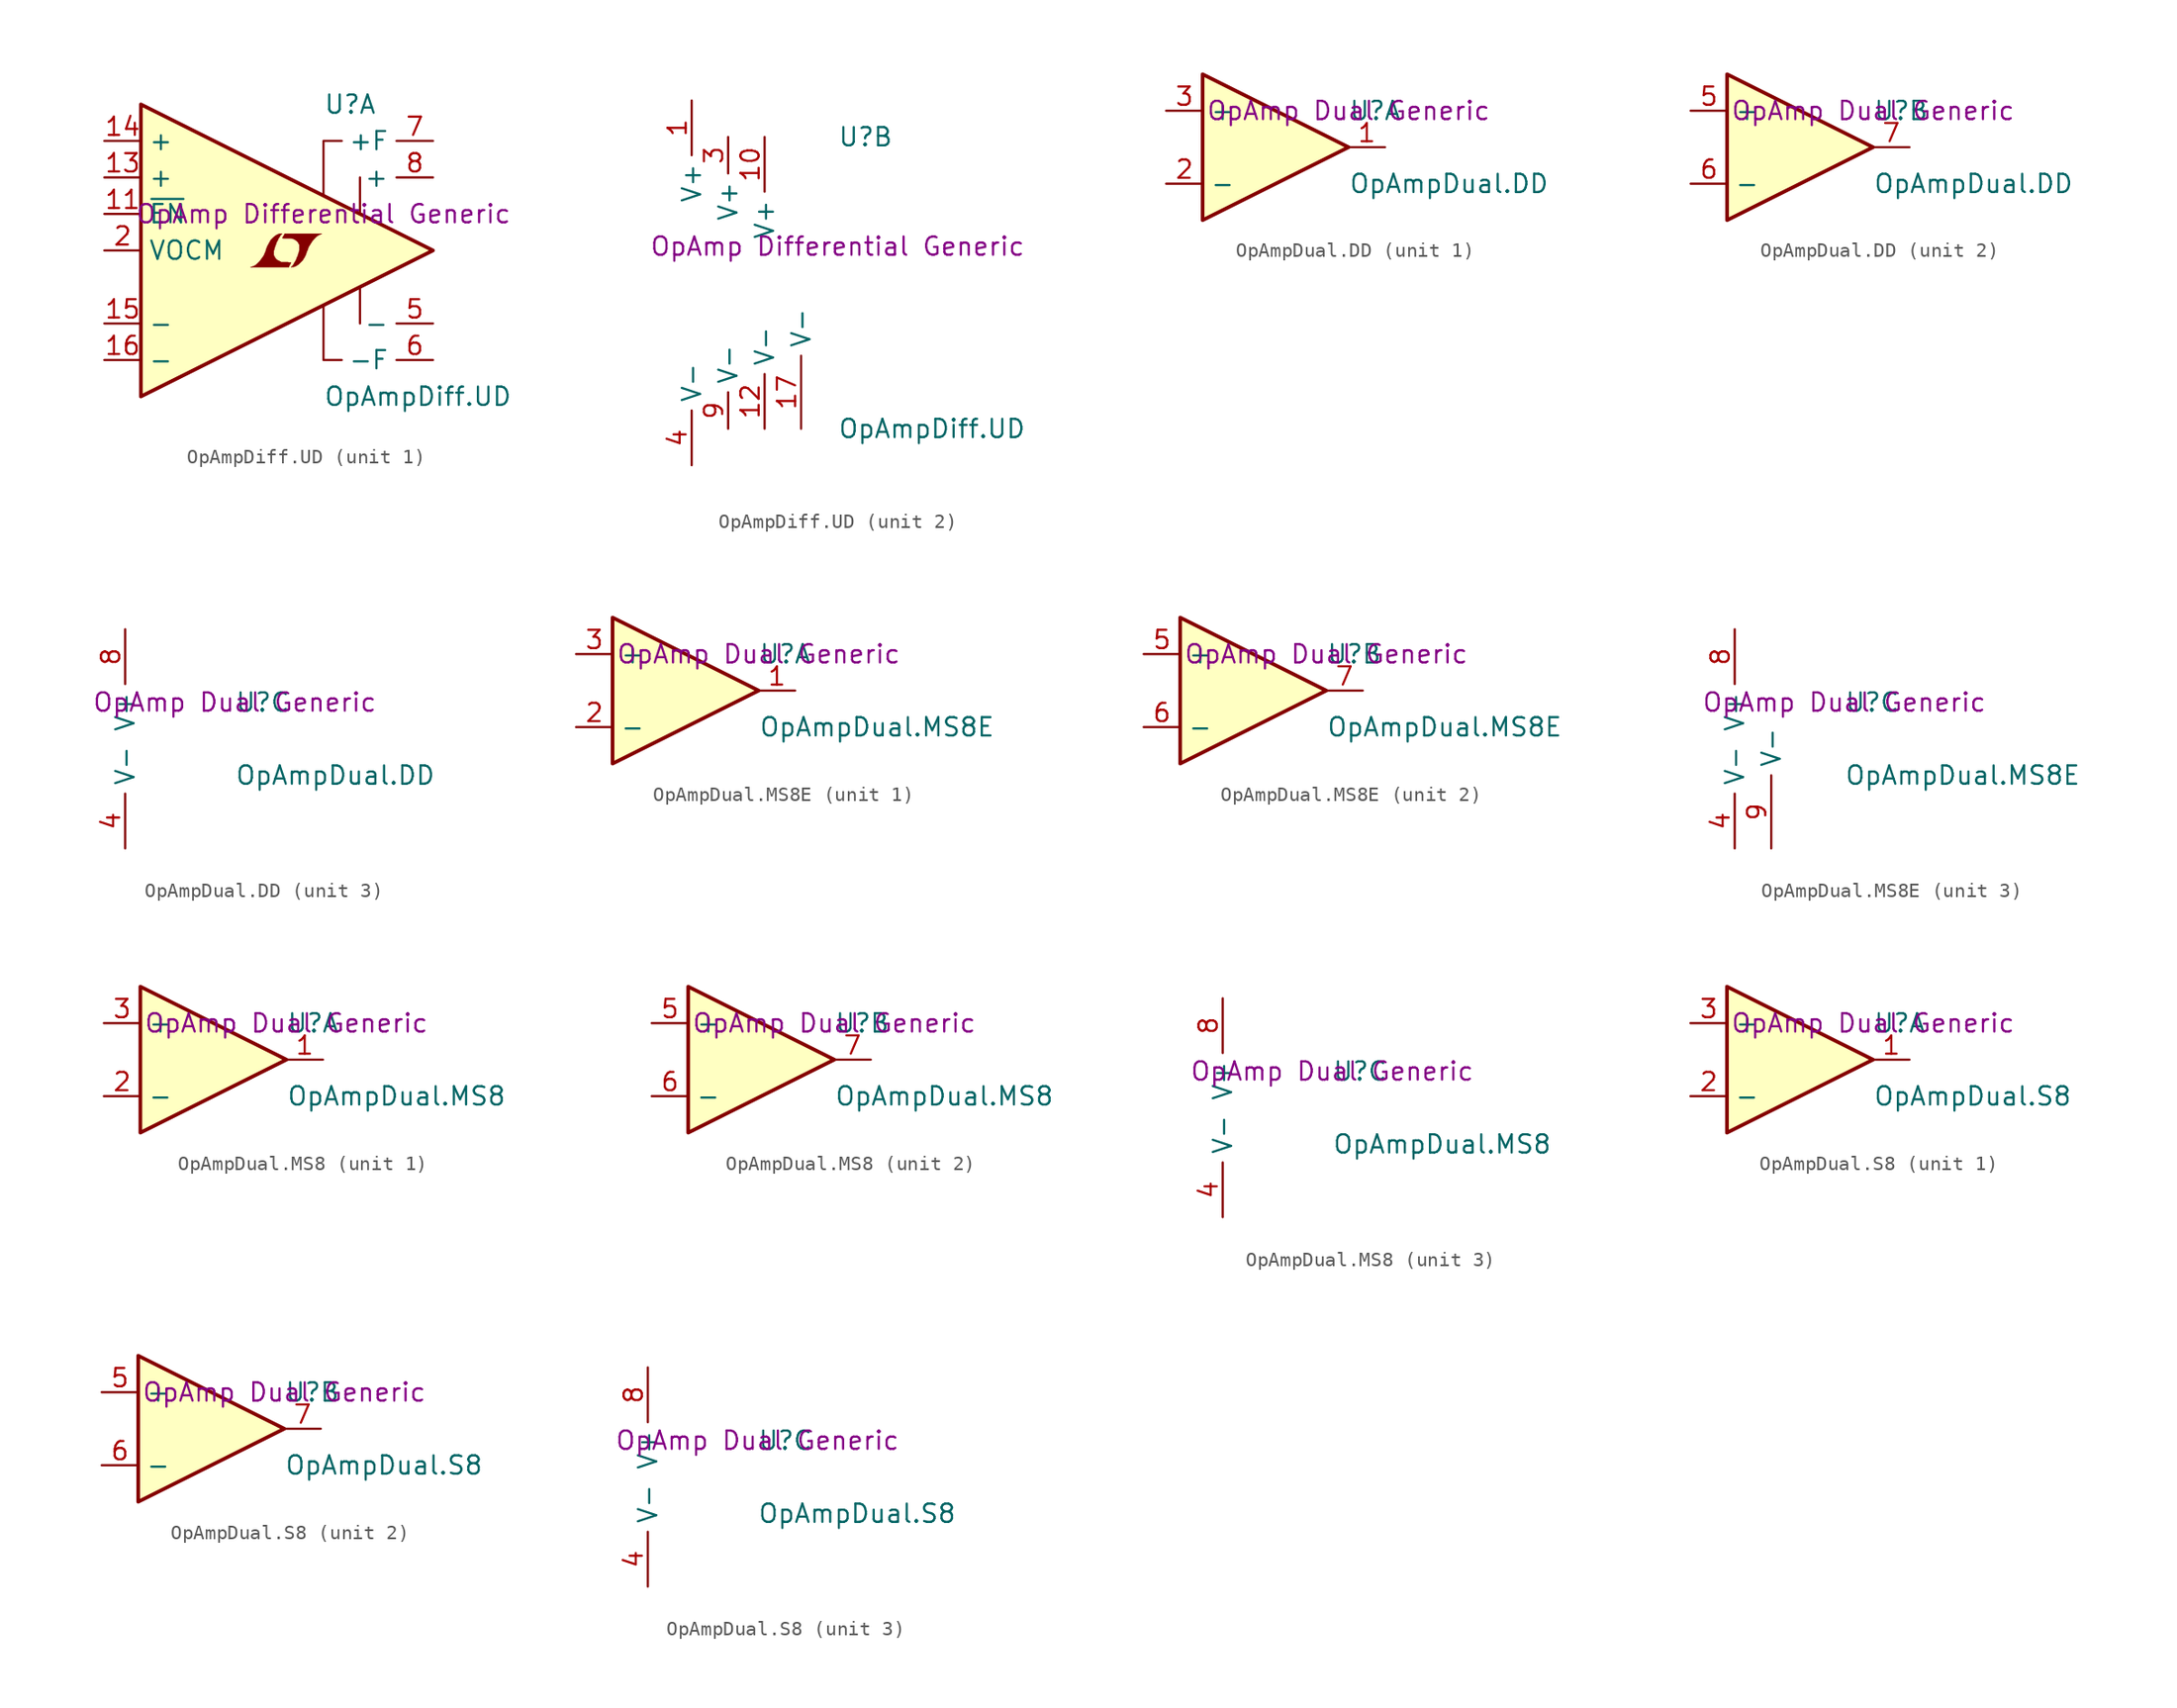
<source format=kicad_sym>
(kicad_symbol_lib
  (version 20201005)
  (generator kicad_symbol_editor)
  (symbol "OpAmpDiff.UD"
    (property "Reference" "U"
      (at 5.08 10.16 0)
      (effects (font (size 1.27 1.27)) (justify left)))
    (property "Value" "OpAmpDiff.UD"
      (at 5.08 -10.16 0)
      (effects (font (size 1.27 1.27)) (justify left)))
    (property "Datasheet" "OpAmp Differential Generic"
      (at 5.08 2.54 0)
      (effects (font (size 1.27 1.27))))
    (property "ki_locked" ""
      (at 0 0 0)
      (effects (font (size 1.27 1.27))))
    (symbol "OpAmpDiff.UD_1_0"
      (polyline (pts (xy 2.743 -0.991) (xy 2.769 -0.965) (xy 2.819 -0.864) (xy 2.819 -0.838) (xy 2.692 -0.838) (xy 2.591 -0.813) (xy 2.134 -0.813) (xy 2.108 -0.787) (xy 1.854 -0.66) (xy 1.753 -0.559) (xy 1.676 -0.432) (xy 1.626 -0.33) (xy 1.626 -0.025) (xy 1.676 0.127) (xy 1.702 0.229) (xy 1.727 0.305) (xy 1.778 0.432) (xy 1.829 0.584) (xy 1.905 0.711) (xy 1.956 0.838) (xy 2.032 0.94) (xy 2.083 1.041) (xy 2.21 1.168) (xy 2.032 1.168) (xy 1.905 1.118) (xy 1.803 1.067) (xy 1.727 1.016) (xy 1.6 0.914) (xy 1.422 0.737) (xy 1.168 0.279) (xy 1.067 0) (xy 1.067 -0.051) (xy 1.016 -0.152) (xy 0.965 -0.279) (xy 0.914 -0.381) (xy 0.787 -0.559) (xy 0.635 -0.762) (xy 0.483 -0.914) (xy 0.33 -1.041) (xy 0.152 -1.118) (xy 0 -1.168) (xy 2.667 -1.168) (xy 2.743 -0.991)) (stroke (width 0.025)) (fill (type outline)))
      (polyline (pts (xy 2.946 -1.143) (xy 3.023 -1.143) (xy 3.2 -1.067) (xy 3.353 -0.965) (xy 3.632 -0.686) (xy 3.759 -0.483) (xy 3.861 -0.279) (xy 3.937 -0.025) (xy 3.962 -0.025) (xy 4.039 0.229) (xy 4.293 0.635) (xy 4.445 0.813) (xy 4.597 0.965) (xy 4.75 1.067) (xy 4.928 1.143) (xy 4.953 1.143) (xy 4.953 1.168) (xy 2.388 1.168) (xy 2.311 1.016) (xy 2.286 0.991) (xy 2.235 0.889) (xy 2.21 0.864) (xy 2.261 0.864) (xy 2.311 0.838) (xy 2.845 0.838) (xy 2.896 0.813) (xy 2.946 0.813) (xy 3.023 0.787) (xy 3.15 0.711) (xy 3.277 0.61) (xy 3.353 0.483) (xy 3.378 0.432) (xy 3.404 0.406) (xy 3.404 0) (xy 3.378 -0.051) (xy 3.378 -0.127) (xy 3.327 -0.229) (xy 3.302 -0.356) (xy 3.226 -0.508) (xy 3.175 -0.66) (xy 3.023 -0.914) (xy 2.972 -1.016) (xy 2.819 -1.168) (xy 2.946 -1.143)) (stroke (width 0.025)) (fill (type outline))))
    (symbol "OpAmpDiff.UD_1_1"
      (polyline (pts (xy 7.62 -2.54) (xy 7.62 -5.08)) (stroke (width 0)) (fill (type none)))
      (polyline (pts (xy 7.62 5.08) (xy 7.62 2.54)) (stroke (width 0)) (fill (type none)))
      (polyline (pts (xy 5.08 -3.81) (xy 5.08 -7.62) (xy 6.35 -7.62)) (stroke (width 0)) (fill (type none)))
      (polyline (pts (xy 5.08 3.81) (xy 5.08 7.62) (xy 6.35 7.62)) (stroke (width 0)) (fill (type none)))
      (polyline (pts (xy 12.7 0) (xy -7.62 10.16) (xy -7.62 -10.16) (xy 12.7 0)) (stroke (width 0.254)) (fill (type background)))
      (pin passive line (at -10.16 0 0) (length 2.54) (name "VOCM" (effects (font (size 1.27 1.27)))) (number "2" (effects (font (size 1.27 1.27)))))
      (pin output line (at 12.7 -5.08 180) (length 2.54) (name "-" (effects (font (size 1.27 1.27)))) (number "5" (effects (font (size 1.27 1.27)))))
      (pin output line (at 12.7 -7.62 180) (length 2.54) (name "-F" (effects (font (size 1.27 1.27)))) (number "6" (effects (font (size 1.27 1.27)))))
      (pin output line (at 12.7 7.62 180) (length 2.54) (name "+F" (effects (font (size 1.27 1.27)))) (number "7" (effects (font (size 1.27 1.27)))))
      (pin output line (at 12.7 5.08 180) (length 2.54) (name "+" (effects (font (size 1.27 1.27)))) (number "8" (effects (font (size 1.27 1.27)))))
      (pin input line (at -10.16 2.54 0) (length 2.54) (name "~EN~" (effects (font (size 1.27 1.27)))) (number "11" (effects (font (size 1.27 1.27)))))
      (pin input line (at -10.16 5.08 0) (length 2.54) (name "+" (effects (font (size 1.27 1.27)))) (number "13" (effects (font (size 1.27 1.27)))))
      (pin input line (at -10.16 7.62 0) (length 2.54) (name "+" (effects (font (size 1.27 1.27)))) (number "14" (effects (font (size 1.27 1.27)))))
      (pin input line (at -10.16 -5.08 0) (length 2.54) (name "-" (effects (font (size 1.27 1.27)))) (number "15" (effects (font (size 1.27 1.27)))))
      (pin input line (at -10.16 -7.62 0) (length 2.54) (name "-" (effects (font (size 1.27 1.27)))) (number "16" (effects (font (size 1.27 1.27))))))
    (symbol "OpAmpDiff.UD_2_1"
      (pin power_in line (at -5.08 12.7 270) (length 3.81) (name "V+" (effects (font (size 1.27 1.27)))) (number "1" (effects (font (size 1.27 1.27)))))
      (pin power_in line (at -2.54 10.16 270) (length 2.54) (name "V+" (effects (font (size 1.27 1.27)))) (number "3" (effects (font (size 1.27 1.27)))))
      (pin power_in line (at -5.08 -12.7 90) (length 3.81) (name "V-" (effects (font (size 1.27 1.27)))) (number "4" (effects (font (size 1.27 1.27)))))
      (pin power_in line (at -2.54 -10.16 90) (length 2.54) (name "V-" (effects (font (size 1.27 1.27)))) (number "9" (effects (font (size 1.27 1.27)))))
      (pin power_in line (at 0 10.16 270) (length 3.81) (name "V+" (effects (font (size 1.27 1.27)))) (number "10" (effects (font (size 1.27 1.27)))))
      (pin power_in line (at 0 -10.16 90) (length 3.81) (name "V-" (effects (font (size 1.27 1.27)))) (number "12" (effects (font (size 1.27 1.27)))))
      (pin power_in line (at 2.54 -10.16 90) (length 5.08) (name "V-" (effects (font (size 1.27 1.27)))) (number "17" (effects (font (size 1.27 1.27)))))))
  (symbol "OpAmpDual.DD"
    (property "Reference" "U"
      (at 5.08 2.54 0)
      (effects (font (size 1.27 1.27)) (justify left)))
    (property "Value" "OpAmpDual.DD"
      (at 5.08 -2.54 0)
      (effects (font (size 1.27 1.27)) (justify left)))
    (property "Datasheet" "OpAmp Dual Generic"
      (at 5.08 2.54 0)
      (effects (font (size 1.27 1.27))))
    (property "ki_locked" ""
      (at 0 0 0)
      (effects (font (size 1.27 1.27))))
    (symbol "OpAmpDual.DD_1_1"
      (polyline (pts (xy 5.08 0) (xy -5.08 5.08) (xy -5.08 -5.08) (xy 5.08 0)) (stroke (width 0.254)) (fill (type background)))
      (pin output line (at 7.62 0 180) (length 2.54) (name "~" (effects (font (size 1.27 1.27)))) (number "1" (effects (font (size 1.27 1.27)))))
      (pin input line (at -7.62 -2.54 0) (length 2.54) (name "-" (effects (font (size 1.27 1.27)))) (number "2" (effects (font (size 1.27 1.27)))))
      (pin input line (at -7.62 2.54 0) (length 2.54) (name "+" (effects (font (size 1.27 1.27)))) (number "3" (effects (font (size 1.27 1.27))))))
    (symbol "OpAmpDual.DD_2_1"
      (polyline (pts (xy 5.08 0) (xy -5.08 5.08) (xy -5.08 -5.08) (xy 5.08 0)) (stroke (width 0.254)) (fill (type background)))
      (pin input line (at -7.62 2.54 0) (length 2.54) (name "+" (effects (font (size 1.27 1.27)))) (number "5" (effects (font (size 1.27 1.27)))))
      (pin input line (at -7.62 -2.54 0) (length 2.54) (name "-" (effects (font (size 1.27 1.27)))) (number "6" (effects (font (size 1.27 1.27)))))
      (pin output line (at 7.62 0 180) (length 2.54) (name "~" (effects (font (size 1.27 1.27)))) (number "7" (effects (font (size 1.27 1.27))))))
    (symbol "OpAmpDual.DD_3_1"
      (pin power_in line (at -2.54 -7.62 90) (length 3.81) (name "V-" (effects (font (size 1.27 1.27)))) (number "4" (effects (font (size 1.27 1.27)))))
      (pin power_in line (at -2.54 7.62 270) (length 3.81) (name "V+" (effects (font (size 1.27 1.27)))) (number "8" (effects (font (size 1.27 1.27)))))))
  (symbol "OpAmpDual.MS8E"
    (property "Reference" "U"
      (at 5.08 2.54 0)
      (effects (font (size 1.27 1.27)) (justify left)))
    (property "Value" "OpAmpDual.MS8E"
      (at 5.08 -2.54 0)
      (effects (font (size 1.27 1.27)) (justify left)))
    (property "Datasheet" "OpAmp Dual Generic"
      (at 5.08 2.54 0)
      (effects (font (size 1.27 1.27))))
    (property "ki_locked" ""
      (at 0 0 0)
      (effects (font (size 1.27 1.27))))
    (symbol "OpAmpDual.MS8E_1_1"
      (polyline (pts (xy 5.08 0) (xy -5.08 5.08) (xy -5.08 -5.08) (xy 5.08 0)) (stroke (width 0.254)) (fill (type background)))
      (pin output line (at 7.62 0 180) (length 2.54) (name "~" (effects (font (size 1.27 1.27)))) (number "1" (effects (font (size 1.27 1.27)))))
      (pin input line (at -7.62 -2.54 0) (length 2.54) (name "-" (effects (font (size 1.27 1.27)))) (number "2" (effects (font (size 1.27 1.27)))))
      (pin input line (at -7.62 2.54 0) (length 2.54) (name "+" (effects (font (size 1.27 1.27)))) (number "3" (effects (font (size 1.27 1.27))))))
    (symbol "OpAmpDual.MS8E_2_1"
      (polyline (pts (xy 5.08 0) (xy -5.08 5.08) (xy -5.08 -5.08) (xy 5.08 0)) (stroke (width 0.254)) (fill (type background)))
      (pin input line (at -7.62 2.54 0) (length 2.54) (name "+" (effects (font (size 1.27 1.27)))) (number "5" (effects (font (size 1.27 1.27)))))
      (pin input line (at -7.62 -2.54 0) (length 2.54) (name "-" (effects (font (size 1.27 1.27)))) (number "6" (effects (font (size 1.27 1.27)))))
      (pin output line (at 7.62 0 180) (length 2.54) (name "~" (effects (font (size 1.27 1.27)))) (number "7" (effects (font (size 1.27 1.27))))))
    (symbol "OpAmpDual.MS8E_3_1"
      (pin power_in line (at -2.54 -7.62 90) (length 3.81) (name "V-" (effects (font (size 1.27 1.27)))) (number "4" (effects (font (size 1.27 1.27)))))
      (pin power_in line (at -2.54 7.62 270) (length 3.81) (name "V+" (effects (font (size 1.27 1.27)))) (number "8" (effects (font (size 1.27 1.27)))))
      (pin power_in line (at 0 -7.62 90) (length 5.08) (name "V-" (effects (font (size 1.27 1.27)))) (number "9" (effects (font (size 1.27 1.27)))))))
  (symbol "OpAmpDual.MS8"
    (property "Reference" "U"
      (at 5.08 2.54 0)
      (effects (font (size 1.27 1.27)) (justify left)))
    (property "Value" "OpAmpDual.MS8"
      (at 5.08 -2.54 0)
      (effects (font (size 1.27 1.27)) (justify left)))
    (property "Datasheet" "OpAmp Dual Generic"
      (at 5.08 2.54 0)
      (effects (font (size 1.27 1.27))))
    (property "ki_locked" ""
      (at 0 0 0)
      (effects (font (size 1.27 1.27))))
    (symbol "OpAmpDual.MS8_1_1"
      (polyline (pts (xy 5.08 0) (xy -5.08 5.08) (xy -5.08 -5.08) (xy 5.08 0)) (stroke (width 0.254)) (fill (type background)))
      (pin output line (at 7.62 0 180) (length 2.54) (name "~" (effects (font (size 1.27 1.27)))) (number "1" (effects (font (size 1.27 1.27)))))
      (pin input line (at -7.62 -2.54 0) (length 2.54) (name "-" (effects (font (size 1.27 1.27)))) (number "2" (effects (font (size 1.27 1.27)))))
      (pin input line (at -7.62 2.54 0) (length 2.54) (name "+" (effects (font (size 1.27 1.27)))) (number "3" (effects (font (size 1.27 1.27))))))
    (symbol "OpAmpDual.MS8_2_1"
      (polyline (pts (xy 5.08 0) (xy -5.08 5.08) (xy -5.08 -5.08) (xy 5.08 0)) (stroke (width 0.254)) (fill (type background)))
      (pin input line (at -7.62 2.54 0) (length 2.54) (name "+" (effects (font (size 1.27 1.27)))) (number "5" (effects (font (size 1.27 1.27)))))
      (pin input line (at -7.62 -2.54 0) (length 2.54) (name "-" (effects (font (size 1.27 1.27)))) (number "6" (effects (font (size 1.27 1.27)))))
      (pin output line (at 7.62 0 180) (length 2.54) (name "~" (effects (font (size 1.27 1.27)))) (number "7" (effects (font (size 1.27 1.27))))))
    (symbol "OpAmpDual.MS8_3_1"
      (pin power_in line (at -2.54 -7.62 90) (length 3.81) (name "V-" (effects (font (size 1.27 1.27)))) (number "4" (effects (font (size 1.27 1.27)))))
      (pin power_in line (at -2.54 7.62 270) (length 3.81) (name "V+" (effects (font (size 1.27 1.27)))) (number "8" (effects (font (size 1.27 1.27)))))))
  (symbol "OpAmpDual.S8"
    (property "Reference" "U"
      (at 5.08 2.54 0)
      (effects (font (size 1.27 1.27)) (justify left)))
    (property "Value" "OpAmpDual.S8"
      (at 5.08 -2.54 0)
      (effects (font (size 1.27 1.27)) (justify left)))
    (property "Datasheet" "OpAmp Dual Generic"
      (at 5.08 2.54 0)
      (effects (font (size 1.27 1.27))))
    (property "ki_locked" ""
      (at 0 0 0)
      (effects (font (size 1.27 1.27))))
    (symbol "OpAmpDual.S8_1_1"
      (polyline (pts (xy 5.08 0) (xy -5.08 5.08) (xy -5.08 -5.08) (xy 5.08 0)) (stroke (width 0.254)) (fill (type background)))
      (pin output line (at 7.62 0 180) (length 2.54) (name "~" (effects (font (size 1.27 1.27)))) (number "1" (effects (font (size 1.27 1.27)))))
      (pin input line (at -7.62 -2.54 0) (length 2.54) (name "-" (effects (font (size 1.27 1.27)))) (number "2" (effects (font (size 1.27 1.27)))))
      (pin input line (at -7.62 2.54 0) (length 2.54) (name "+" (effects (font (size 1.27 1.27)))) (number "3" (effects (font (size 1.27 1.27))))))
    (symbol "OpAmpDual.S8_2_1"
      (polyline (pts (xy 5.08 0) (xy -5.08 5.08) (xy -5.08 -5.08) (xy 5.08 0)) (stroke (width 0.254)) (fill (type background)))
      (pin input line (at -7.62 2.54 0) (length 2.54) (name "+" (effects (font (size 1.27 1.27)))) (number "5" (effects (font (size 1.27 1.27)))))
      (pin input line (at -7.62 -2.54 0) (length 2.54) (name "-" (effects (font (size 1.27 1.27)))) (number "6" (effects (font (size 1.27 1.27)))))
      (pin output line (at 7.62 0 180) (length 2.54) (name "~" (effects (font (size 1.27 1.27)))) (number "7" (effects (font (size 1.27 1.27))))))
    (symbol "OpAmpDual.S8_3_1"
      (pin power_in line (at -2.54 -7.62 90) (length 3.81) (name "V-" (effects (font (size 1.27 1.27)))) (number "4" (effects (font (size 1.27 1.27)))))
      (pin power_in line (at -2.54 7.62 270) (length 3.81) (name "V+" (effects (font (size 1.27 1.27)))) (number "8" (effects (font (size 1.27 1.27))))))))
</source>
